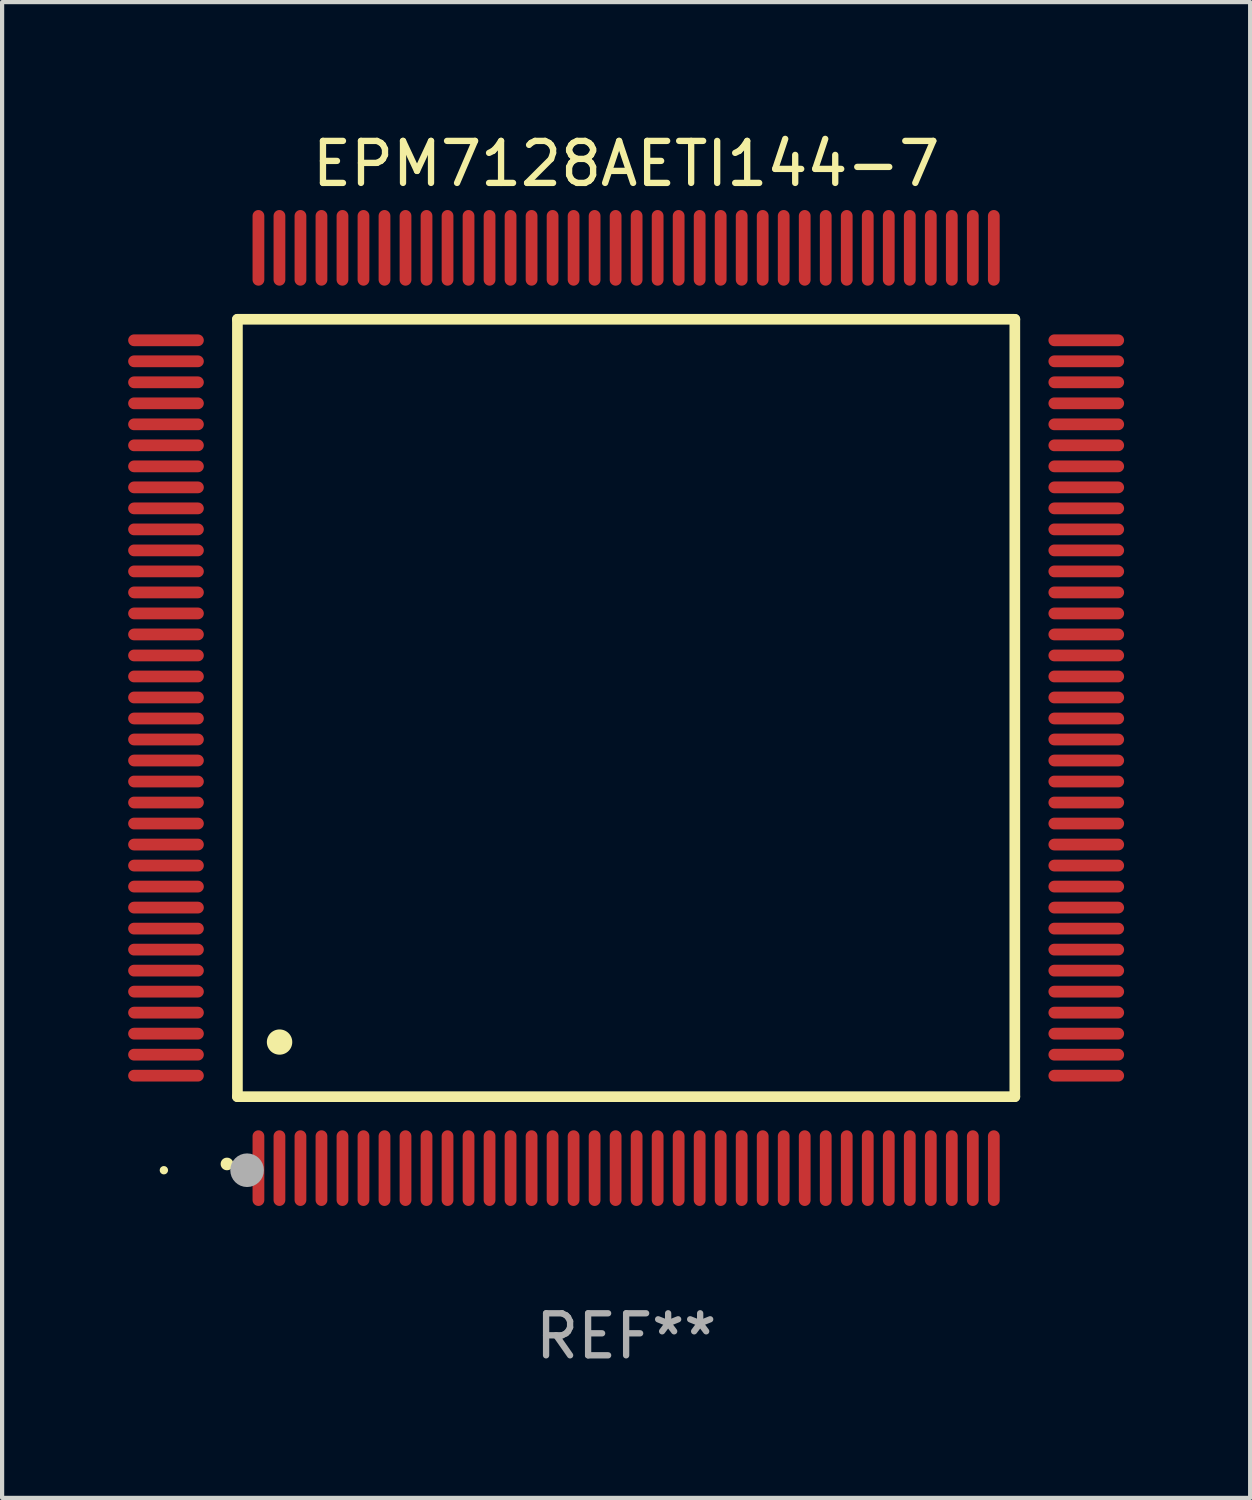
<source format=kicad_pcb>
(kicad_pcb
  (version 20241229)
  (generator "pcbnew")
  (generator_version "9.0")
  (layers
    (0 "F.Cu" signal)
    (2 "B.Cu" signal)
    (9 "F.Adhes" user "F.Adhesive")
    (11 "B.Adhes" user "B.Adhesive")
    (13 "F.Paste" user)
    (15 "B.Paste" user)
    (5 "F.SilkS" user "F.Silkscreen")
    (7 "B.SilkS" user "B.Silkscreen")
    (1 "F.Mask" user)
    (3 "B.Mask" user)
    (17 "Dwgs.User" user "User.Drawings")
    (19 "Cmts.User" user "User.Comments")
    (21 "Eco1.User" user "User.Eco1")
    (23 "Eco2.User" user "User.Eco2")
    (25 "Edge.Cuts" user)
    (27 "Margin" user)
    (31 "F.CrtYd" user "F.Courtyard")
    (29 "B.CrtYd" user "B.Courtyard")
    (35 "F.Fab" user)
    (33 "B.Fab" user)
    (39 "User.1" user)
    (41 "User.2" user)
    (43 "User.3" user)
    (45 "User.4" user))
  (footprint "EPM7128AETI144-7"
    (layer "F.Cu")
    (at 11.85 13.798)
    (property "Reference" "EPM7128AETI144-7" (at 0 -12.95 0) (layer "F.SilkS") (effects (font (size 1 1) (thickness 0.15))))
    (attr through_hole)
    (fp_line (start -9.25 -9.25) (end -9.25 9.25) (stroke (width 0.254) (type solid)) (layer "F.SilkS"))
    (fp_line (start -9.25 9.25) (end 9.25 9.25) (stroke (width 0.254) (type solid)) (layer "F.SilkS"))
    (fp_line (start 9.25 -9.25) (end -9.25 -9.25) (stroke (width 0.254) (type solid)) (layer "F.SilkS"))
    (fp_line (start 9.25 9.25) (end 9.25 -9.25) (stroke (width 0.254) (type solid)) (layer "F.SilkS"))
    (fp_arc (start -9.499619 10.850902) (mid -9.498349 10.850897) (end -9.497079 10.850902) (stroke (width 0.3) (type solid)) (layer "F.SilkS"))
    (fp_arc (start -8.249936 7.950216) (mid -8.247396 7.950205) (end -8.244856 7.950216) (stroke (width 0.6) (type solid)) (layer "F.SilkS"))
    (fp_circle (center -11 11) (end -10.95 11) (stroke (width 0.1) (type solid)) (fill no) (layer "F.SilkS"))
    (fp_circle (center -9.02 11) (end -8.82 11) (stroke (width 0.4) (type solid)) (fill no) (layer "F.Fab"))
    (fp_text user "REF**" (at 0 14.95 0) (layer "F.Fab") (effects (font (size 1 1) (thickness 0.15))))
    (pad "1" smd oval (at -8.75 10.95) (size 0.28 1.8) (layers "F.Cu" "F.Mask" "F.Paste"))
    (pad "2" smd oval (at -8.25 10.95) (size 0.28 1.8) (layers "F.Cu" "F.Mask" "F.Paste"))
    (pad "3" smd oval (at -7.75 10.95) (size 0.28 1.8) (layers "F.Cu" "F.Mask" "F.Paste"))
    (pad "4" smd oval (at -7.25 10.95) (size 0.28 1.8) (layers "F.Cu" "F.Mask" "F.Paste"))
    (pad "5" smd oval (at -6.75 10.95) (size 0.28 1.8) (layers "F.Cu" "F.Mask" "F.Paste"))
    (pad "6" smd oval (at -6.25 10.95) (size 0.28 1.8) (layers "F.Cu" "F.Mask" "F.Paste"))
    (pad "7" smd oval (at -5.75 10.95) (size 0.28 1.8) (layers "F.Cu" "F.Mask" "F.Paste"))
    (pad "8" smd oval (at -5.25 10.95) (size 0.28 1.8) (layers "F.Cu" "F.Mask" "F.Paste"))
    (pad "9" smd oval (at -4.75 10.95) (size 0.28 1.8) (layers "F.Cu" "F.Mask" "F.Paste"))
    (pad "10" smd oval (at -4.25 10.95) (size 0.28 1.8) (layers "F.Cu" "F.Mask" "F.Paste"))
    (pad "11" smd oval (at -3.75 10.95) (size 0.28 1.8) (layers "F.Cu" "F.Mask" "F.Paste"))
    (pad "12" smd oval (at -3.25 10.95) (size 0.28 1.8) (layers "F.Cu" "F.Mask" "F.Paste"))
    (pad "13" smd oval (at -2.75 10.95) (size 0.28 1.8) (layers "F.Cu" "F.Mask" "F.Paste"))
    (pad "14" smd oval (at -2.25 10.95) (size 0.28 1.8) (layers "F.Cu" "F.Mask" "F.Paste"))
    (pad "15" smd oval (at -1.75 10.95) (size 0.28 1.8) (layers "F.Cu" "F.Mask" "F.Paste"))
    (pad "16" smd oval (at -1.25 10.95) (size 0.28 1.8) (layers "F.Cu" "F.Mask" "F.Paste"))
    (pad "17" smd oval (at -0.75 10.95) (size 0.28 1.8) (layers "F.Cu" "F.Mask" "F.Paste"))
    (pad "18" smd oval (at -0.25 10.95) (size 0.28 1.8) (layers "F.Cu" "F.Mask" "F.Paste"))
    (pad "19" smd oval (at 0.25 10.95) (size 0.28 1.8) (layers "F.Cu" "F.Mask" "F.Paste"))
    (pad "20" smd oval (at 0.75 10.95) (size 0.28 1.8) (layers "F.Cu" "F.Mask" "F.Paste"))
    (pad "21" smd oval (at 1.25 10.95) (size 0.28 1.8) (layers "F.Cu" "F.Mask" "F.Paste"))
    (pad "22" smd oval (at 1.75 10.95) (size 0.28 1.8) (layers "F.Cu" "F.Mask" "F.Paste"))
    (pad "23" smd oval (at 2.25 10.95) (size 0.28 1.8) (layers "F.Cu" "F.Mask" "F.Paste"))
    (pad "24" smd oval (at 2.75 10.95) (size 0.28 1.8) (layers "F.Cu" "F.Mask" "F.Paste"))
    (pad "25" smd oval (at 3.25 10.95) (size 0.28 1.8) (layers "F.Cu" "F.Mask" "F.Paste"))
    (pad "26" smd oval (at 3.75 10.95) (size 0.28 1.8) (layers "F.Cu" "F.Mask" "F.Paste"))
    (pad "27" smd oval (at 4.25 10.95) (size 0.28 1.8) (layers "F.Cu" "F.Mask" "F.Paste"))
    (pad "28" smd oval (at 4.75 10.95) (size 0.28 1.8) (layers "F.Cu" "F.Mask" "F.Paste"))
    (pad "29" smd oval (at 5.25 10.95) (size 0.28 1.8) (layers "F.Cu" "F.Mask" "F.Paste"))
    (pad "30" smd oval (at 5.75 10.95) (size 0.28 1.8) (layers "F.Cu" "F.Mask" "F.Paste"))
    (pad "31" smd oval (at 6.25 10.95) (size 0.28 1.8) (layers "F.Cu" "F.Mask" "F.Paste"))
    (pad "32" smd oval (at 6.75 10.95) (size 0.28 1.8) (layers "F.Cu" "F.Mask" "F.Paste"))
    (pad "33" smd oval (at 7.25 10.95) (size 0.28 1.8) (layers "F.Cu" "F.Mask" "F.Paste"))
    (pad "34" smd oval (at 7.75 10.95) (size 0.28 1.8) (layers "F.Cu" "F.Mask" "F.Paste"))
    (pad "35" smd oval (at 8.25 10.95) (size 0.28 1.8) (layers "F.Cu" "F.Mask" "F.Paste"))
    (pad "36" smd oval (at 8.75 10.95) (size 0.28 1.8) (layers "F.Cu" "F.Mask" "F.Paste"))
    (pad "37" smd oval (at 10.95 8.75) (size 1.8 0.28) (layers "F.Cu" "F.Mask" "F.Paste"))
    (pad "38" smd oval (at 10.95 8.25) (size 1.8 0.28) (layers "F.Cu" "F.Mask" "F.Paste"))
    (pad "39" smd oval (at 10.95 7.75) (size 1.8 0.28) (layers "F.Cu" "F.Mask" "F.Paste"))
    (pad "40" smd oval (at 10.95 7.25) (size 1.8 0.28) (layers "F.Cu" "F.Mask" "F.Paste"))
    (pad "41" smd oval (at 10.95 6.75) (size 1.8 0.28) (layers "F.Cu" "F.Mask" "F.Paste"))
    (pad "42" smd oval (at 10.95 6.25) (size 1.8 0.28) (layers "F.Cu" "F.Mask" "F.Paste"))
    (pad "43" smd oval (at 10.95 5.75) (size 1.8 0.28) (layers "F.Cu" "F.Mask" "F.Paste"))
    (pad "44" smd oval (at 10.95 5.25) (size 1.8 0.28) (layers "F.Cu" "F.Mask" "F.Paste"))
    (pad "45" smd oval (at 10.95 4.75) (size 1.8 0.28) (layers "F.Cu" "F.Mask" "F.Paste"))
    (pad "46" smd oval (at 10.95 4.25) (size 1.8 0.28) (layers "F.Cu" "F.Mask" "F.Paste"))
    (pad "47" smd oval (at 10.95 3.75) (size 1.8 0.28) (layers "F.Cu" "F.Mask" "F.Paste"))
    (pad "48" smd oval (at 10.95 3.25) (size 1.8 0.28) (layers "F.Cu" "F.Mask" "F.Paste"))
    (pad "49" smd oval (at 10.95 2.75) (size 1.8 0.28) (layers "F.Cu" "F.Mask" "F.Paste"))
    (pad "50" smd oval (at 10.95 2.25) (size 1.8 0.28) (layers "F.Cu" "F.Mask" "F.Paste"))
    (pad "51" smd oval (at 10.95 1.75) (size 1.8 0.28) (layers "F.Cu" "F.Mask" "F.Paste"))
    (pad "52" smd oval (at 10.95 1.25) (size 1.8 0.28) (layers "F.Cu" "F.Mask" "F.Paste"))
    (pad "53" smd oval (at 10.95 0.75) (size 1.8 0.28) (layers "F.Cu" "F.Mask" "F.Paste"))
    (pad "54" smd oval (at 10.95 0.25) (size 1.8 0.28) (layers "F.Cu" "F.Mask" "F.Paste"))
    (pad "55" smd oval (at 10.95 -0.25) (size 1.8 0.28) (layers "F.Cu" "F.Mask" "F.Paste"))
    (pad "56" smd oval (at 10.95 -0.75) (size 1.8 0.28) (layers "F.Cu" "F.Mask" "F.Paste"))
    (pad "57" smd oval (at 10.95 -1.25) (size 1.8 0.28) (layers "F.Cu" "F.Mask" "F.Paste"))
    (pad "58" smd oval (at 10.95 -1.75) (size 1.8 0.28) (layers "F.Cu" "F.Mask" "F.Paste"))
    (pad "59" smd oval (at 10.95 -2.25) (size 1.8 0.28) (layers "F.Cu" "F.Mask" "F.Paste"))
    (pad "60" smd oval (at 10.95 -2.75) (size 1.8 0.28) (layers "F.Cu" "F.Mask" "F.Paste"))
    (pad "61" smd oval (at 10.95 -3.25) (size 1.8 0.28) (layers "F.Cu" "F.Mask" "F.Paste"))
    (pad "62" smd oval (at 10.95 -3.75) (size 1.8 0.28) (layers "F.Cu" "F.Mask" "F.Paste"))
    (pad "63" smd oval (at 10.95 -4.25) (size 1.8 0.28) (layers "F.Cu" "F.Mask" "F.Paste"))
    (pad "64" smd oval (at 10.95 -4.75) (size 1.8 0.28) (layers "F.Cu" "F.Mask" "F.Paste"))
    (pad "65" smd oval (at 10.95 -5.25) (size 1.8 0.28) (layers "F.Cu" "F.Mask" "F.Paste"))
    (pad "66" smd oval (at 10.95 -5.75) (size 1.8 0.28) (layers "F.Cu" "F.Mask" "F.Paste"))
    (pad "67" smd oval (at 10.95 -6.25) (size 1.8 0.28) (layers "F.Cu" "F.Mask" "F.Paste"))
    (pad "68" smd oval (at 10.95 -6.75) (size 1.8 0.28) (layers "F.Cu" "F.Mask" "F.Paste"))
    (pad "69" smd oval (at 10.95 -7.25) (size 1.8 0.28) (layers "F.Cu" "F.Mask" "F.Paste"))
    (pad "70" smd oval (at 10.95 -7.75) (size 1.8 0.28) (layers "F.Cu" "F.Mask" "F.Paste"))
    (pad "71" smd oval (at 10.95 -8.25) (size 1.8 0.28) (layers "F.Cu" "F.Mask" "F.Paste"))
    (pad "72" smd oval (at 10.95 -8.75) (size 1.8 0.28) (layers "F.Cu" "F.Mask" "F.Paste"))
    (pad "73" smd oval (at 8.75 -10.95) (size 0.28 1.8) (layers "F.Cu" "F.Mask" "F.Paste"))
    (pad "74" smd oval (at 8.25 -10.95) (size 0.28 1.8) (layers "F.Cu" "F.Mask" "F.Paste"))
    (pad "75" smd oval (at 7.75 -10.95) (size 0.28 1.8) (layers "F.Cu" "F.Mask" "F.Paste"))
    (pad "76" smd oval (at 7.25 -10.95) (size 0.28 1.8) (layers "F.Cu" "F.Mask" "F.Paste"))
    (pad "77" smd oval (at 6.75 -10.95) (size 0.28 1.8) (layers "F.Cu" "F.Mask" "F.Paste"))
    (pad "78" smd oval (at 6.25 -10.95) (size 0.28 1.8) (layers "F.Cu" "F.Mask" "F.Paste"))
    (pad "79" smd oval (at 5.75 -10.95) (size 0.28 1.8) (layers "F.Cu" "F.Mask" "F.Paste"))
    (pad "80" smd oval (at 5.25 -10.95) (size 0.28 1.8) (layers "F.Cu" "F.Mask" "F.Paste"))
    (pad "81" smd oval (at 4.75 -10.95) (size 0.28 1.8) (layers "F.Cu" "F.Mask" "F.Paste"))
    (pad "82" smd oval (at 4.25 -10.95) (size 0.28 1.8) (layers "F.Cu" "F.Mask" "F.Paste"))
    (pad "83" smd oval (at 3.75 -10.95) (size 0.28 1.8) (layers "F.Cu" "F.Mask" "F.Paste"))
    (pad "84" smd oval (at 3.25 -10.95) (size 0.28 1.8) (layers "F.Cu" "F.Mask" "F.Paste"))
    (pad "85" smd oval (at 2.75 -10.95) (size 0.28 1.8) (layers "F.Cu" "F.Mask" "F.Paste"))
    (pad "86" smd oval (at 2.25 -10.95) (size 0.28 1.8) (layers "F.Cu" "F.Mask" "F.Paste"))
    (pad "87" smd oval (at 1.75 -10.95) (size 0.28 1.8) (layers "F.Cu" "F.Mask" "F.Paste"))
    (pad "88" smd oval (at 1.25 -10.95) (size 0.28 1.8) (layers "F.Cu" "F.Mask" "F.Paste"))
    (pad "89" smd oval (at 0.75 -10.95) (size 0.28 1.8) (layers "F.Cu" "F.Mask" "F.Paste"))
    (pad "90" smd oval (at 0.25 -10.95) (size 0.28 1.8) (layers "F.Cu" "F.Mask" "F.Paste"))
    (pad "91" smd oval (at -0.25 -10.95) (size 0.28 1.8) (layers "F.Cu" "F.Mask" "F.Paste"))
    (pad "92" smd oval (at -0.75 -10.95) (size 0.28 1.8) (layers "F.Cu" "F.Mask" "F.Paste"))
    (pad "93" smd oval (at -1.25 -10.95) (size 0.28 1.8) (layers "F.Cu" "F.Mask" "F.Paste"))
    (pad "94" smd oval (at -1.75 -10.95) (size 0.28 1.8) (layers "F.Cu" "F.Mask" "F.Paste"))
    (pad "95" smd oval (at -2.25 -10.95) (size 0.28 1.8) (layers "F.Cu" "F.Mask" "F.Paste"))
    (pad "96" smd oval (at -2.75 -10.95) (size 0.28 1.8) (layers "F.Cu" "F.Mask" "F.Paste"))
    (pad "97" smd oval (at -3.25 -10.95) (size 0.28 1.8) (layers "F.Cu" "F.Mask" "F.Paste"))
    (pad "98" smd oval (at -3.75 -10.95) (size 0.28 1.8) (layers "F.Cu" "F.Mask" "F.Paste"))
    (pad "99" smd oval (at -4.25 -10.95) (size 0.28 1.8) (layers "F.Cu" "F.Mask" "F.Paste"))
    (pad "100" smd oval (at -4.75 -10.95) (size 0.28 1.8) (layers "F.Cu" "F.Mask" "F.Paste"))
    (pad "101" smd oval (at -5.25 -10.95) (size 0.28 1.8) (layers "F.Cu" "F.Mask" "F.Paste"))
    (pad "102" smd oval (at -5.75 -10.95) (size 0.28 1.8) (layers "F.Cu" "F.Mask" "F.Paste"))
    (pad "103" smd oval (at -6.25 -10.95) (size 0.28 1.8) (layers "F.Cu" "F.Mask" "F.Paste"))
    (pad "104" smd oval (at -6.75 -10.95) (size 0.28 1.8) (layers "F.Cu" "F.Mask" "F.Paste"))
    (pad "105" smd oval (at -7.25 -10.95) (size 0.28 1.8) (layers "F.Cu" "F.Mask" "F.Paste"))
    (pad "106" smd oval (at -7.75 -10.95) (size 0.28 1.8) (layers "F.Cu" "F.Mask" "F.Paste"))
    (pad "107" smd oval (at -8.25 -10.95) (size 0.28 1.8) (layers "F.Cu" "F.Mask" "F.Paste"))
    (pad "108" smd oval (at -8.75 -10.95) (size 0.28 1.8) (layers "F.Cu" "F.Mask" "F.Paste"))
    (pad "109" smd oval (at -10.95 -8.75) (size 1.8 0.28) (layers "F.Cu" "F.Mask" "F.Paste"))
    (pad "110" smd oval (at -10.95 -8.25) (size 1.8 0.28) (layers "F.Cu" "F.Mask" "F.Paste"))
    (pad "111" smd oval (at -10.95 -7.75) (size 1.8 0.28) (layers "F.Cu" "F.Mask" "F.Paste"))
    (pad "112" smd oval (at -10.95 -7.25) (size 1.8 0.28) (layers "F.Cu" "F.Mask" "F.Paste"))
    (pad "113" smd oval (at -10.95 -6.75) (size 1.8 0.28) (layers "F.Cu" "F.Mask" "F.Paste"))
    (pad "114" smd oval (at -10.95 -6.25) (size 1.8 0.28) (layers "F.Cu" "F.Mask" "F.Paste"))
    (pad "115" smd oval (at -10.95 -5.75) (size 1.8 0.28) (layers "F.Cu" "F.Mask" "F.Paste"))
    (pad "116" smd oval (at -10.95 -5.25) (size 1.8 0.28) (layers "F.Cu" "F.Mask" "F.Paste"))
    (pad "117" smd oval (at -10.95 -4.75) (size 1.8 0.28) (layers "F.Cu" "F.Mask" "F.Paste"))
    (pad "118" smd oval (at -10.95 -4.25) (size 1.8 0.28) (layers "F.Cu" "F.Mask" "F.Paste"))
    (pad "119" smd oval (at -10.95 -3.75) (size 1.8 0.28) (layers "F.Cu" "F.Mask" "F.Paste"))
    (pad "120" smd oval (at -10.95 -3.25) (size 1.8 0.28) (layers "F.Cu" "F.Mask" "F.Paste"))
    (pad "121" smd oval (at -10.95 -2.75) (size 1.8 0.28) (layers "F.Cu" "F.Mask" "F.Paste"))
    (pad "122" smd oval (at -10.95 -2.25) (size 1.8 0.28) (layers "F.Cu" "F.Mask" "F.Paste"))
    (pad "123" smd oval (at -10.95 -1.75) (size 1.8 0.28) (layers "F.Cu" "F.Mask" "F.Paste"))
    (pad "124" smd oval (at -10.95 -1.25) (size 1.8 0.28) (layers "F.Cu" "F.Mask" "F.Paste"))
    (pad "125" smd oval (at -10.95 -0.75) (size 1.8 0.28) (layers "F.Cu" "F.Mask" "F.Paste"))
    (pad "126" smd oval (at -10.95 -0.25) (size 1.8 0.28) (layers "F.Cu" "F.Mask" "F.Paste"))
    (pad "127" smd oval (at -10.95 0.25) (size 1.8 0.28) (layers "F.Cu" "F.Mask" "F.Paste"))
    (pad "128" smd oval (at -10.95 0.75) (size 1.8 0.28) (layers "F.Cu" "F.Mask" "F.Paste"))
    (pad "129" smd oval (at -10.95 1.25) (size 1.8 0.28) (layers "F.Cu" "F.Mask" "F.Paste"))
    (pad "130" smd oval (at -10.95 1.75) (size 1.8 0.28) (layers "F.Cu" "F.Mask" "F.Paste"))
    (pad "131" smd oval (at -10.95 2.25) (size 1.8 0.28) (layers "F.Cu" "F.Mask" "F.Paste"))
    (pad "132" smd oval (at -10.95 2.75) (size 1.8 0.28) (layers "F.Cu" "F.Mask" "F.Paste"))
    (pad "133" smd oval (at -10.95 3.25) (size 1.8 0.28) (layers "F.Cu" "F.Mask" "F.Paste"))
    (pad "134" smd oval (at -10.95 3.75) (size 1.8 0.28) (layers "F.Cu" "F.Mask" "F.Paste"))
    (pad "135" smd oval (at -10.95 4.25) (size 1.8 0.28) (layers "F.Cu" "F.Mask" "F.Paste"))
    (pad "136" smd oval (at -10.95 4.75) (size 1.8 0.28) (layers "F.Cu" "F.Mask" "F.Paste"))
    (pad "137" smd oval (at -10.95 5.25) (size 1.8 0.28) (layers "F.Cu" "F.Mask" "F.Paste"))
    (pad "138" smd oval (at -10.95 5.75) (size 1.8 0.28) (layers "F.Cu" "F.Mask" "F.Paste"))
    (pad "139" smd oval (at -10.95 6.25) (size 1.8 0.28) (layers "F.Cu" "F.Mask" "F.Paste"))
    (pad "140" smd oval (at -10.95 6.75) (size 1.8 0.28) (layers "F.Cu" "F.Mask" "F.Paste"))
    (pad "141" smd oval (at -10.95 7.25) (size 1.8 0.28) (layers "F.Cu" "F.Mask" "F.Paste"))
    (pad "142" smd oval (at -10.95 7.75) (size 1.8 0.28) (layers "F.Cu" "F.Mask" "F.Paste"))
    (pad "143" smd oval (at -10.95 8.25) (size 1.8 0.28) (layers "F.Cu" "F.Mask" "F.Paste"))
    (pad "144" smd oval (at -10.95 8.75) (size 1.8 0.28) (layers "F.Cu" "F.Mask" "F.Paste")))
  (gr_rect
    (start -3 -3)
    (end 26.7 32.596)
    (stroke (width 0.1) (type default))
    (fill no)
    (layer "Edge.Cuts")))
</source>
